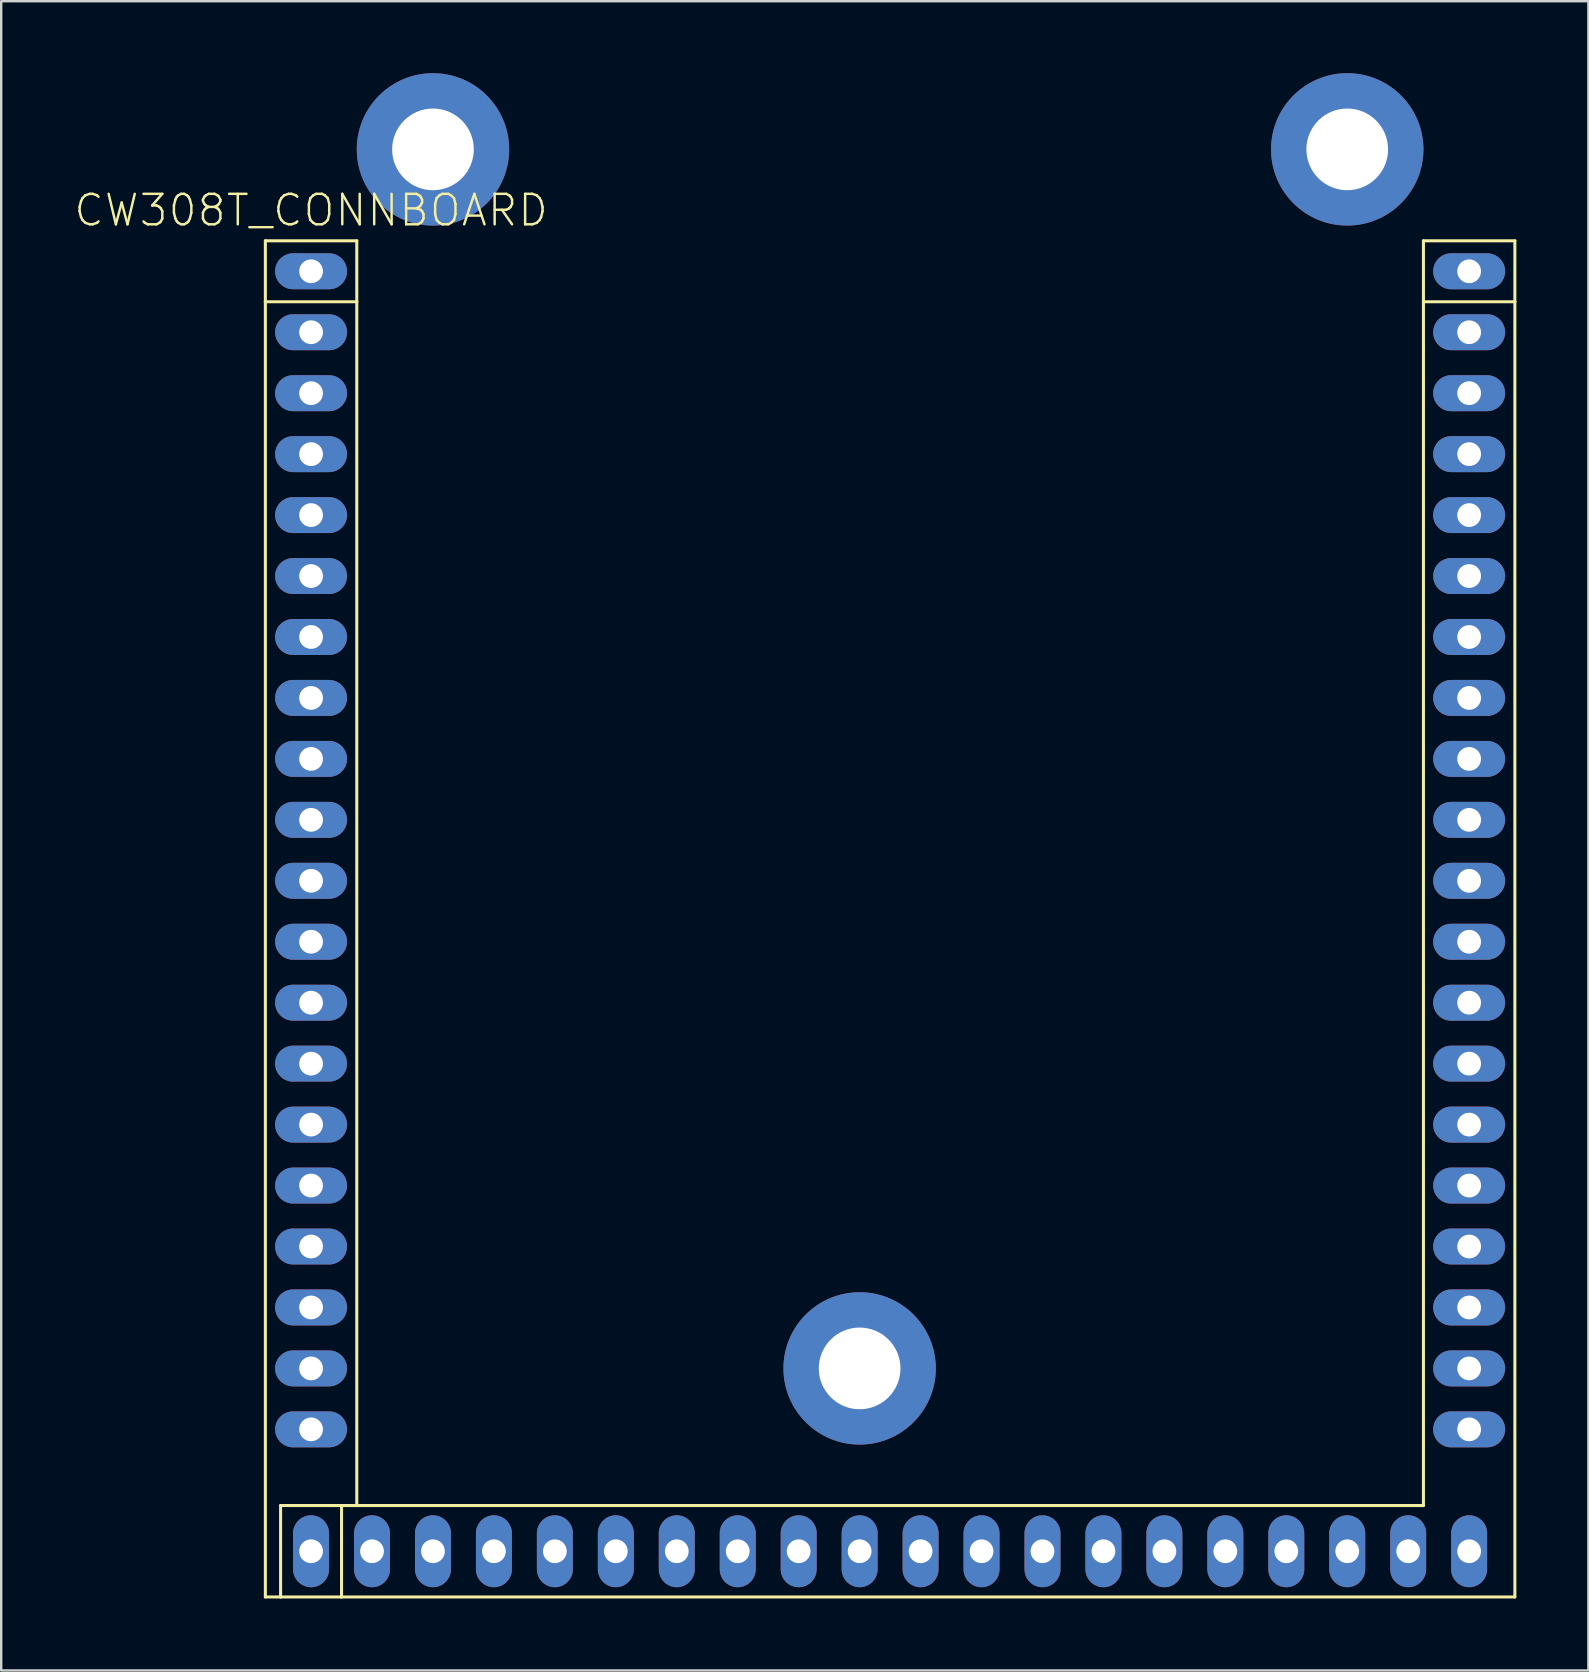
<source format=kicad_pcb>
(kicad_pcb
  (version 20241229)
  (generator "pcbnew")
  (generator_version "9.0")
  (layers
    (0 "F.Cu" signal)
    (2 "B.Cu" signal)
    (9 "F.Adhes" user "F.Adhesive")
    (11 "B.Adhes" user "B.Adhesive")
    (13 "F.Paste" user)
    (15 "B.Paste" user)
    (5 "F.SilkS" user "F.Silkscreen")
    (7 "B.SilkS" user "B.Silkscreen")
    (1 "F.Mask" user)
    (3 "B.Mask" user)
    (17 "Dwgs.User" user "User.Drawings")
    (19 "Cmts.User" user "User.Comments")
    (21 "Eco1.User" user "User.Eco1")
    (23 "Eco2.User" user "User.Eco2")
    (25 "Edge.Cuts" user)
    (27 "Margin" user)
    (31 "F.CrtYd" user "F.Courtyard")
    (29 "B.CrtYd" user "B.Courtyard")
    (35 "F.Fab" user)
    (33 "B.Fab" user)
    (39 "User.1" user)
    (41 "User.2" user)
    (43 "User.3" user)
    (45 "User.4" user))
  (footprint "CW308T_CONNBOARD"
    (layer "F.Cu")
    (at 9.913 8.255)
    (property "Reference" "CW308T_CONNBOARD" (at 0 -2.54 0) (layer "F.SilkS") (effects (font (size 1.27 1.27) (thickness 0.102))))
    (attr exclude_from_pos_files exclude_from_bom)
    (fp_line (start -1.905 -1.27) (end 1.905 -1.27) (stroke (width 0.127) (type solid)) (layer "F.SilkS"))
    (fp_line (start -1.905 1.27) (end -1.905 -1.27) (stroke (width 0.127) (type solid)) (layer "F.SilkS"))
    (fp_line (start -1.905 1.27) (end 1.905 1.27) (stroke (width 0.127) (type solid)) (layer "F.SilkS"))
    (fp_line (start -1.905 55.245) (end -1.905 1.27) (stroke (width 0.127) (type solid)) (layer "F.SilkS"))
    (fp_line (start -1.27 51.435) (end -1.27 55.245) (stroke (width 0.127) (type solid)) (layer "F.SilkS"))
    (fp_line (start -1.27 55.245) (end -1.905 55.245) (stroke (width 0.127) (type solid)) (layer "F.SilkS"))
    (fp_line (start 1.27 51.435) (end -1.27 51.435) (stroke (width 0.127) (type solid)) (layer "F.SilkS"))
    (fp_line (start 1.27 51.435) (end 1.905 51.435) (stroke (width 0.127) (type solid)) (layer "F.SilkS"))
    (fp_line (start 1.27 55.245) (end -1.27 55.245) (stroke (width 0.127) (type solid)) (layer "F.SilkS"))
    (fp_line (start 1.27 55.245) (end 1.27 51.435) (stroke (width 0.127) (type solid)) (layer "F.SilkS"))
    (fp_line (start 1.905 -1.27) (end 1.905 1.27) (stroke (width 0.127) (type solid)) (layer "F.SilkS"))
    (fp_line (start 1.905 1.27) (end 1.905 51.435) (stroke (width 0.127) (type solid)) (layer "F.SilkS"))
    (fp_line (start 1.905 51.435) (end 46.355 51.435) (stroke (width 0.127) (type solid)) (layer "F.SilkS"))
    (fp_line (start 46.355 -1.27) (end 50.165 -1.27) (stroke (width 0.127) (type solid)) (layer "F.SilkS"))
    (fp_line (start 46.355 1.27) (end 46.355 -1.27) (stroke (width 0.127) (type solid)) (layer "F.SilkS"))
    (fp_line (start 46.355 1.27) (end 50.165 1.27) (stroke (width 0.127) (type solid)) (layer "F.SilkS"))
    (fp_line (start 46.355 51.435) (end 46.355 1.27) (stroke (width 0.127) (type solid)) (layer "F.SilkS"))
    (fp_line (start 50.165 -1.27) (end 50.165 1.27) (stroke (width 0.127) (type solid)) (layer "F.SilkS"))
    (fp_line (start 50.165 1.27) (end 50.165 55.245) (stroke (width 0.127) (type solid)) (layer "F.SilkS"))
    (fp_line (start 50.165 55.245) (end 1.27 55.245) (stroke (width 0.127) (type solid)) (layer "F.SilkS"))
    (pad "A1" thru_hole oval (at 0 0 90) (size 1.499 2.997) (drill 0.991) (layers "*.Cu" "*.Paste" "*.Mask"))
    (pad "A2" thru_hole oval (at 0 2.54 90) (size 1.499 2.997) (drill 0.991) (layers "*.Cu" "*.Paste" "*.Mask"))
    (pad "A3" thru_hole oval (at 0 5.08 90) (size 1.499 2.997) (drill 0.991) (layers "*.Cu" "*.Paste" "*.Mask"))
    (pad "A4" thru_hole oval (at 0 7.62 90) (size 1.499 2.997) (drill 0.991) (layers "*.Cu" "*.Paste" "*.Mask"))
    (pad "A5" thru_hole oval (at 0 10.16 90) (size 1.499 2.997) (drill 0.991) (layers "*.Cu" "*.Paste" "*.Mask"))
    (pad "A6" thru_hole oval (at 0 12.7 90) (size 1.499 2.997) (drill 0.991) (layers "*.Cu" "*.Paste" "*.Mask"))
    (pad "A7" thru_hole oval (at 0 15.24 90) (size 1.499 2.997) (drill 0.991) (layers "*.Cu" "*.Paste" "*.Mask"))
    (pad "A8" thru_hole oval (at 0 17.78 90) (size 1.499 2.997) (drill 0.991) (layers "*.Cu" "*.Paste" "*.Mask"))
    (pad "A9" thru_hole oval (at 0 20.32 90) (size 1.499 2.997) (drill 0.991) (layers "*.Cu" "*.Paste" "*.Mask"))
    (pad "A10" thru_hole oval (at 0 22.86 90) (size 1.499 2.997) (drill 0.991) (layers "*.Cu" "*.Paste" "*.Mask"))
    (pad "A11" thru_hole oval (at 0 25.4 90) (size 1.499 2.997) (drill 0.991) (layers "*.Cu" "*.Paste" "*.Mask"))
    (pad "A12" thru_hole oval (at 0 27.94 90) (size 1.499 2.997) (drill 0.991) (layers "*.Cu" "*.Paste" "*.Mask"))
    (pad "A13" thru_hole oval (at 0 30.48 90) (size 1.499 2.997) (drill 0.991) (layers "*.Cu" "*.Paste" "*.Mask"))
    (pad "A14" thru_hole oval (at 0 33.02 90) (size 1.499 2.997) (drill 0.991) (layers "*.Cu" "*.Paste" "*.Mask"))
    (pad "A15" thru_hole oval (at 0 35.56 90) (size 1.499 2.997) (drill 0.991) (layers "*.Cu" "*.Paste" "*.Mask"))
    (pad "A16" thru_hole oval (at 0 38.1 90) (size 1.499 2.997) (drill 0.991) (layers "*.Cu" "*.Paste" "*.Mask"))
    (pad "A17" thru_hole oval (at 0 40.64 90) (size 1.499 2.997) (drill 0.991) (layers "*.Cu" "*.Paste" "*.Mask"))
    (pad "A18" thru_hole oval (at 0 43.18 90) (size 1.499 2.997) (drill 0.991) (layers "*.Cu" "*.Paste" "*.Mask"))
    (pad "A19" thru_hole oval (at 0 45.72 90) (size 1.499 2.997) (drill 0.991) (layers "*.Cu" "*.Paste" "*.Mask"))
    (pad "A20" thru_hole oval (at 0 48.26 90) (size 1.499 2.997) (drill 0.991) (layers "*.Cu" "*.Paste" "*.Mask"))
    (pad "B1" thru_hole oval (at 0 53.34 180) (size 1.499 2.997) (drill 0.991) (layers "*.Cu" "*.Paste" "*.Mask"))
    (pad "B2" thru_hole oval (at 2.54 53.34 180) (size 1.499 2.997) (drill 0.991) (layers "*.Cu" "*.Paste" "*.Mask"))
    (pad "B3" thru_hole oval (at 5.08 53.34 180) (size 1.499 2.997) (drill 0.991) (layers "*.Cu" "*.Paste" "*.Mask"))
    (pad "B4" thru_hole oval (at 7.62 53.34 180) (size 1.499 2.997) (drill 0.991) (layers "*.Cu" "*.Paste" "*.Mask"))
    (pad "B5" thru_hole oval (at 10.16 53.34 180) (size 1.499 2.997) (drill 0.991) (layers "*.Cu" "*.Paste" "*.Mask"))
    (pad "B6" thru_hole oval (at 12.7 53.34 180) (size 1.499 2.997) (drill 0.991) (layers "*.Cu" "*.Paste" "*.Mask"))
    (pad "B7" thru_hole oval (at 15.24 53.34 180) (size 1.499 2.997) (drill 0.991) (layers "*.Cu" "*.Paste" "*.Mask"))
    (pad "B8" thru_hole oval (at 17.78 53.34 180) (size 1.499 2.997) (drill 0.991) (layers "*.Cu" "*.Paste" "*.Mask"))
    (pad "B9" thru_hole oval (at 20.32 53.34 180) (size 1.499 2.997) (drill 0.991) (layers "*.Cu" "*.Paste" "*.Mask"))
    (pad "B10" thru_hole oval (at 22.86 53.34 180) (size 1.499 2.997) (drill 0.991) (layers "*.Cu" "*.Paste" "*.Mask"))
    (pad "B11" thru_hole oval (at 25.4 53.34 180) (size 1.499 2.997) (drill 0.991) (layers "*.Cu" "*.Paste" "*.Mask"))
    (pad "B12" thru_hole oval (at 27.94 53.34 180) (size 1.499 2.997) (drill 0.991) (layers "*.Cu" "*.Paste" "*.Mask"))
    (pad "B13" thru_hole oval (at 30.48 53.34 180) (size 1.499 2.997) (drill 0.991) (layers "*.Cu" "*.Paste" "*.Mask"))
    (pad "B14" thru_hole oval (at 33.02 53.34 180) (size 1.499 2.997) (drill 0.991) (layers "*.Cu" "*.Paste" "*.Mask"))
    (pad "B15" thru_hole oval (at 35.56 53.34 180) (size 1.499 2.997) (drill 0.991) (layers "*.Cu" "*.Paste" "*.Mask"))
    (pad "B16" thru_hole oval (at 38.1 53.34 180) (size 1.499 2.997) (drill 0.991) (layers "*.Cu" "*.Paste" "*.Mask"))
    (pad "B17" thru_hole oval (at 40.64 53.34 180) (size 1.499 2.997) (drill 0.991) (layers "*.Cu" "*.Paste" "*.Mask"))
    (pad "B18" thru_hole oval (at 43.18 53.34 180) (size 1.499 2.997) (drill 0.991) (layers "*.Cu" "*.Paste" "*.Mask"))
    (pad "B19" thru_hole oval (at 45.72 53.34 180) (size 1.499 2.997) (drill 0.991) (layers "*.Cu" "*.Paste" "*.Mask"))
    (pad "B20" thru_hole oval (at 48.26 53.34 180) (size 1.499 2.997) (drill 0.991) (layers "*.Cu" "*.Paste" "*.Mask"))
    (pad "C1" thru_hole oval (at 48.26 0 90) (size 1.499 2.997) (drill 0.991) (layers "*.Cu" "*.Paste" "*.Mask"))
    (pad "C2" thru_hole oval (at 48.26 2.54 90) (size 1.499 2.997) (drill 0.991) (layers "*.Cu" "*.Paste" "*.Mask"))
    (pad "C3" thru_hole oval (at 48.26 5.08 90) (size 1.499 2.997) (drill 0.991) (layers "*.Cu" "*.Paste" "*.Mask"))
    (pad "C4" thru_hole oval (at 48.26 7.62 90) (size 1.499 2.997) (drill 0.991) (layers "*.Cu" "*.Paste" "*.Mask"))
    (pad "C5" thru_hole oval (at 48.26 10.16 90) (size 1.499 2.997) (drill 0.991) (layers "*.Cu" "*.Paste" "*.Mask"))
    (pad "C6" thru_hole oval (at 48.26 12.7 90) (size 1.499 2.997) (drill 0.991) (layers "*.Cu" "*.Paste" "*.Mask"))
    (pad "C7" thru_hole oval (at 48.26 15.24 90) (size 1.499 2.997) (drill 0.991) (layers "*.Cu" "*.Paste" "*.Mask"))
    (pad "C8" thru_hole oval (at 48.26 17.78 90) (size 1.499 2.997) (drill 0.991) (layers "*.Cu" "*.Paste" "*.Mask"))
    (pad "C9" thru_hole oval (at 48.26 20.32 90) (size 1.499 2.997) (drill 0.991) (layers "*.Cu" "*.Paste" "*.Mask"))
    (pad "C10" thru_hole oval (at 48.26 22.86 90) (size 1.499 2.997) (drill 0.991) (layers "*.Cu" "*.Paste" "*.Mask"))
    (pad "C11" thru_hole oval (at 48.26 25.4 90) (size 1.499 2.997) (drill 0.991) (layers "*.Cu" "*.Paste" "*.Mask"))
    (pad "C12" thru_hole oval (at 48.26 27.94 90) (size 1.499 2.997) (drill 0.991) (layers "*.Cu" "*.Paste" "*.Mask"))
    (pad "C13" thru_hole oval (at 48.26 30.48 90) (size 1.499 2.997) (drill 0.991) (layers "*.Cu" "*.Paste" "*.Mask"))
    (pad "C14" thru_hole oval (at 48.26 33.02 90) (size 1.499 2.997) (drill 0.991) (layers "*.Cu" "*.Paste" "*.Mask"))
    (pad "C15" thru_hole oval (at 48.26 35.56 90) (size 1.499 2.997) (drill 0.991) (layers "*.Cu" "*.Paste" "*.Mask"))
    (pad "C16" thru_hole oval (at 48.26 38.1 90) (size 1.499 2.997) (drill 0.991) (layers "*.Cu" "*.Paste" "*.Mask"))
    (pad "C17" thru_hole oval (at 48.26 40.64 90) (size 1.499 2.997) (drill 0.991) (layers "*.Cu" "*.Paste" "*.Mask"))
    (pad "C18" thru_hole oval (at 48.26 43.18 90) (size 1.499 2.997) (drill 0.991) (layers "*.Cu" "*.Paste" "*.Mask"))
    (pad "C19" thru_hole oval (at 48.26 45.72 90) (size 1.499 2.997) (drill 0.991) (layers "*.Cu" "*.Paste" "*.Mask"))
    (pad "C20" thru_hole oval (at 48.26 48.26 90) (size 1.499 2.997) (drill 0.991) (layers "*.Cu" "*.Paste" "*.Mask"))
    (pad "MH1" thru_hole circle (at 5.08 -5.08 90) (size 6.35 6.35) (drill 3.404) (layers "*.Cu" "*.Paste" "*.Mask"))
    (pad "MH2" thru_hole circle (at 43.18 -5.08 90) (size 6.35 6.35) (drill 3.404) (layers "*.Cu" "*.Paste" "*.Mask"))
    (pad "MH3" thru_hole circle (at 22.86 45.72 90) (size 6.35 6.35) (drill 3.404) (layers "*.Cu" "*.Paste" "*.Mask")))
  (gr_rect
    (start -3 -3)
    (end 63.142 66.564)
    (stroke (width 0.1) (type default))
    (fill no)
    (layer "Edge.Cuts")))
</source>
